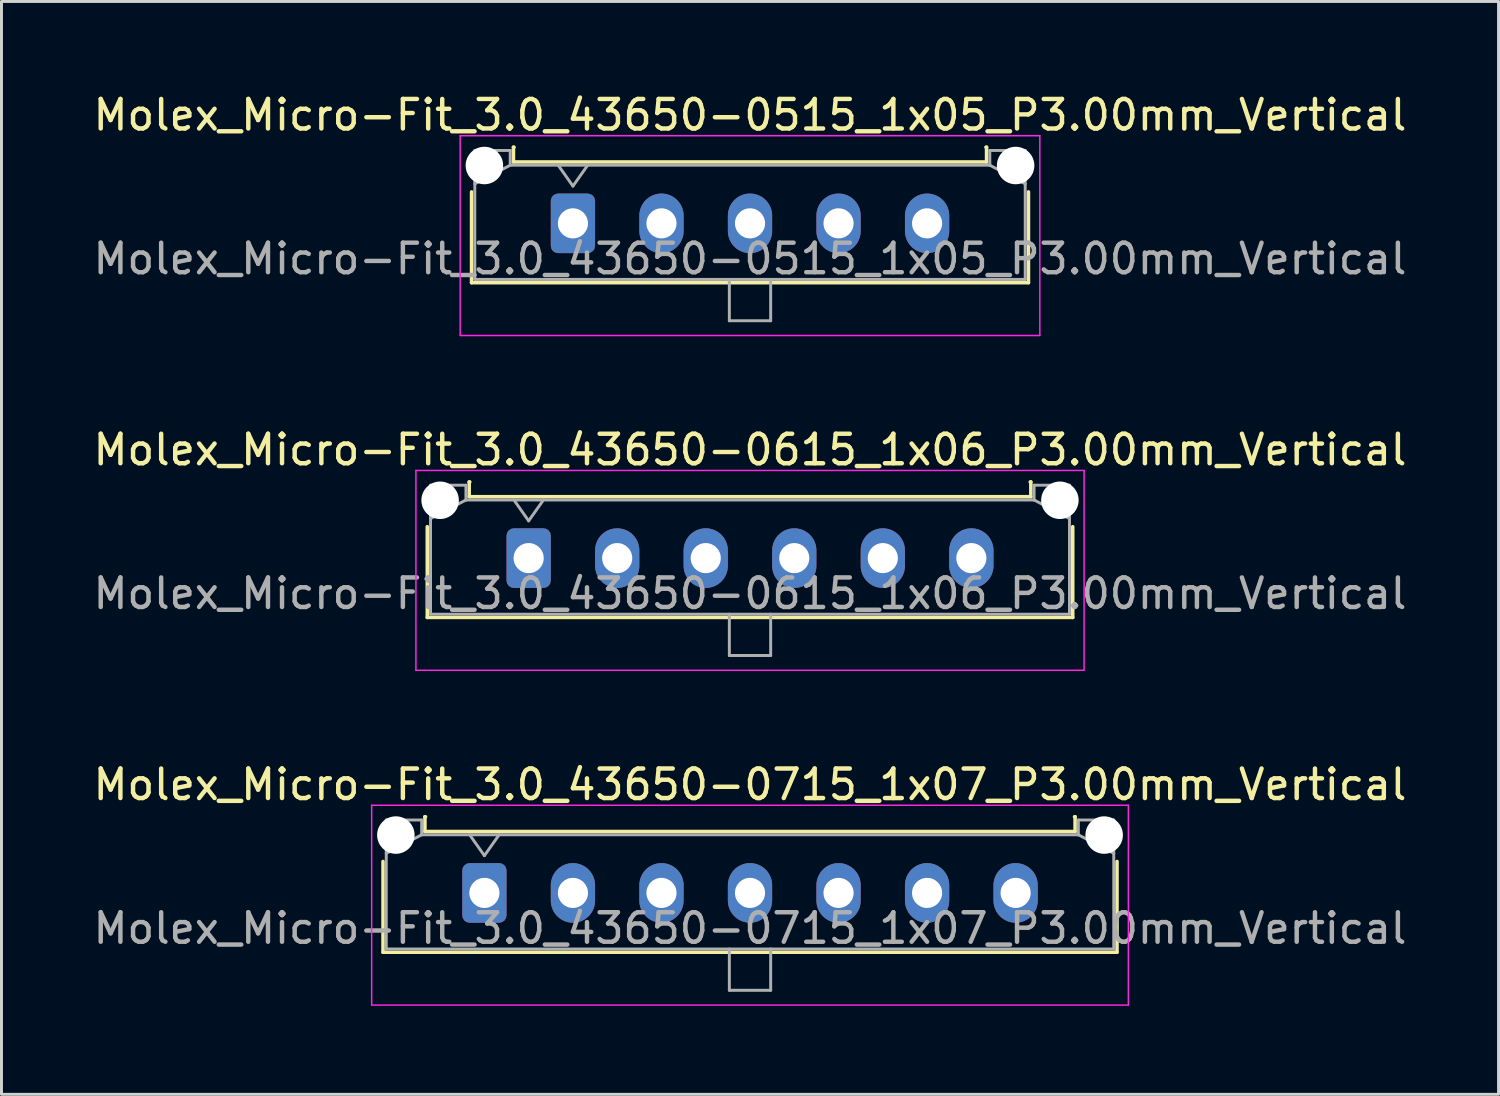
<source format=kicad_pcb>
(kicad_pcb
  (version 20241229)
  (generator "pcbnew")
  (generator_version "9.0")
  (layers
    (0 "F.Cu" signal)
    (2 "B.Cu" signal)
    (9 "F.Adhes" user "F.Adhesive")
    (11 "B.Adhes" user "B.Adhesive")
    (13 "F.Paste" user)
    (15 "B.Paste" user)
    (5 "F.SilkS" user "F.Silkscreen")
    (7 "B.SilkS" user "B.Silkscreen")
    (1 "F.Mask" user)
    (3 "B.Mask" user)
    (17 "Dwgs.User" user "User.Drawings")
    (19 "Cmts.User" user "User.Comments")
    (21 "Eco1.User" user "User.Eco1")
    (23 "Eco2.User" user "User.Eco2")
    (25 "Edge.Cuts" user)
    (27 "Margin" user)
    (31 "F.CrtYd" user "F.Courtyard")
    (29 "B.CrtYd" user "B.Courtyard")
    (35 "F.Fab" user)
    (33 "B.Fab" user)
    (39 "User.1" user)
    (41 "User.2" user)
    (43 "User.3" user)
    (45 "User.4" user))
  (footprint "Molex_Micro-Fit_3.0_43650-0615_1x06_P3.00mm_Vertical"
    (layer "F.Cu")
    (at 14.863 15.861)
    (property "Reference" "Molex_Micro-Fit_3.0_43650-0615_1x06_P3.00mm_Vertical" (at 7.5 -3.67 0) (layer "F.SilkS") (effects (font (size 1 1) (thickness 0.15))))
    (attr through_hole)
    (fp_line (start -3.435 -1.065) (end -3.435 2.01) (stroke (width 0.12) (type solid)) (layer "F.SilkS"))
    (fp_line (start -3.435 2.01) (end 18.435 2.01) (stroke (width 0.12) (type solid)) (layer "F.SilkS"))
    (fp_line (start -2.015 -2.58) (end -2.015 -2.08) (stroke (width 0.12) (type solid)) (layer "F.SilkS"))
    (fp_line (start -2.015 -2.08) (end 17.015 -2.08) (stroke (width 0.12) (type solid)) (layer "F.SilkS"))
    (fp_line (start -1.995 -2.58) (end -2.015 -2.58) (stroke (width 0.12) (type solid)) (layer "F.SilkS"))
    (fp_line (start 17.015 -2.58) (end 16.995 -2.58) (stroke (width 0.12) (type solid)) (layer "F.SilkS"))
    (fp_line (start 17.015 -2.08) (end 17.015 -2.58) (stroke (width 0.12) (type solid)) (layer "F.SilkS"))
    (fp_line (start 18.435 2.01) (end 18.435 -1.065) (stroke (width 0.12) (type solid)) (layer "F.SilkS"))
    (fp_line (start -3.82 -2.97) (end 18.82 -2.97) (stroke (width 0.05) (type solid)) (layer "F.CrtYd"))
    (fp_line (start -3.82 3.8) (end -3.82 -2.97) (stroke (width 0.05) (type solid)) (layer "F.CrtYd"))
    (fp_line (start 18.82 -2.97) (end 18.82 3.8) (stroke (width 0.05) (type solid)) (layer "F.CrtYd"))
    (fp_line (start 18.82 3.8) (end -3.82 3.8) (stroke (width 0.05) (type solid)) (layer "F.CrtYd"))
    (fp_line (start -3.325 -2.47) (end -3.325 1.9) (stroke (width 0.1) (type solid)) (layer "F.Fab"))
    (fp_line (start -3.325 -1.34) (end -2.125 -1.97) (stroke (width 0.1) (type solid)) (layer "F.Fab"))
    (fp_line (start -3.325 1.9) (end 18.325 1.9) (stroke (width 0.1) (type solid)) (layer "F.Fab"))
    (fp_line (start -2.125 -2.47) (end -3.325 -2.47) (stroke (width 0.1) (type solid)) (layer "F.Fab"))
    (fp_line (start -2.125 -1.97) (end -2.125 -2.47) (stroke (width 0.1) (type solid)) (layer "F.Fab"))
    (fp_line (start -0.5 -1.97) (end 0 -1.263) (stroke (width 0.1) (type solid)) (layer "F.Fab"))
    (fp_line (start 0 -1.263) (end 0.5 -1.97) (stroke (width 0.1) (type solid)) (layer "F.Fab"))
    (fp_line (start 6.8 1.9) (end 6.8 3.3) (stroke (width 0.1) (type solid)) (layer "F.Fab"))
    (fp_line (start 6.8 3.3) (end 8.2 3.3) (stroke (width 0.1) (type solid)) (layer "F.Fab"))
    (fp_line (start 8.2 3.3) (end 8.2 1.9) (stroke (width 0.1) (type solid)) (layer "F.Fab"))
    (fp_line (start 17.125 -2.47) (end 17.125 -1.97) (stroke (width 0.1) (type solid)) (layer "F.Fab"))
    (fp_line (start 17.125 -1.97) (end -2.125 -1.97) (stroke (width 0.1) (type solid)) (layer "F.Fab"))
    (fp_line (start 18.325 -2.47) (end 17.125 -2.47) (stroke (width 0.1) (type solid)) (layer "F.Fab"))
    (fp_line (start 18.325 -1.34) (end 17.125 -1.97) (stroke (width 0.1) (type solid)) (layer "F.Fab"))
    (fp_line (start 18.325 1.9) (end 18.325 -2.47) (stroke (width 0.1) (type solid)) (layer "F.Fab"))
    (fp_text user "${REFERENCE}" (at 7.5 1.2 0) (layer "F.Fab") (effects (font (size 1 1) (thickness 0.15))))
    (pad "" np_thru_hole circle (at -3 -1.96) (size 1.27 1.27) (drill 1.27) (layers "*.Cu" "*.Mask"))
    (pad "" np_thru_hole circle (at 18 -1.96) (size 1.27 1.27) (drill 1.27) (layers "*.Cu" "*.Mask"))
    (pad "1" thru_hole roundrect (at 0 0) (size 1.5 2.02) (drill 1.02) (layers "*.Cu" "*.Mask") (roundrect_rratio 0.167))
    (pad "2" thru_hole oval (at 3 0) (size 1.5 2.02) (drill 1.02) (layers "*.Cu" "*.Mask"))
    (pad "3" thru_hole oval (at 6 0) (size 1.5 2.02) (drill 1.02) (layers "*.Cu" "*.Mask"))
    (pad "4" thru_hole oval (at 9 0) (size 1.5 2.02) (drill 1.02) (layers "*.Cu" "*.Mask"))
    (pad "5" thru_hole oval (at 12 0) (size 1.5 2.02) (drill 1.02) (layers "*.Cu" "*.Mask"))
    (pad "6" thru_hole oval (at 15 0) (size 1.5 2.02) (drill 1.02) (layers "*.Cu" "*.Mask")))
  (footprint "Molex_Micro-Fit_3.0_43650-0715_1x07_P3.00mm_Vertical"
    (layer "F.Cu")
    (at 13.363 27.205)
    (property "Reference" "Molex_Micro-Fit_3.0_43650-0715_1x07_P3.00mm_Vertical" (at 9 -3.67 0) (layer "F.SilkS") (effects (font (size 1 1) (thickness 0.15))))
    (attr through_hole)
    (fp_line (start -3.435 -1.065) (end -3.435 2.01) (stroke (width 0.12) (type solid)) (layer "F.SilkS"))
    (fp_line (start -3.435 2.01) (end 21.435 2.01) (stroke (width 0.12) (type solid)) (layer "F.SilkS"))
    (fp_line (start -2.015 -2.58) (end -2.015 -2.08) (stroke (width 0.12) (type solid)) (layer "F.SilkS"))
    (fp_line (start -2.015 -2.08) (end 20.015 -2.08) (stroke (width 0.12) (type solid)) (layer "F.SilkS"))
    (fp_line (start -1.995 -2.58) (end -2.015 -2.58) (stroke (width 0.12) (type solid)) (layer "F.SilkS"))
    (fp_line (start 20.015 -2.58) (end 19.995 -2.58) (stroke (width 0.12) (type solid)) (layer "F.SilkS"))
    (fp_line (start 20.015 -2.08) (end 20.015 -2.58) (stroke (width 0.12) (type solid)) (layer "F.SilkS"))
    (fp_line (start 21.435 2.01) (end 21.435 -1.065) (stroke (width 0.12) (type solid)) (layer "F.SilkS"))
    (fp_line (start -3.82 -2.97) (end 21.82 -2.97) (stroke (width 0.05) (type solid)) (layer "F.CrtYd"))
    (fp_line (start -3.82 3.8) (end -3.82 -2.97) (stroke (width 0.05) (type solid)) (layer "F.CrtYd"))
    (fp_line (start 21.82 -2.97) (end 21.82 3.8) (stroke (width 0.05) (type solid)) (layer "F.CrtYd"))
    (fp_line (start 21.82 3.8) (end -3.82 3.8) (stroke (width 0.05) (type solid)) (layer "F.CrtYd"))
    (fp_line (start -3.325 -2.47) (end -3.325 1.9) (stroke (width 0.1) (type solid)) (layer "F.Fab"))
    (fp_line (start -3.325 -1.34) (end -2.125 -1.97) (stroke (width 0.1) (type solid)) (layer "F.Fab"))
    (fp_line (start -3.325 1.9) (end 21.325 1.9) (stroke (width 0.1) (type solid)) (layer "F.Fab"))
    (fp_line (start -2.125 -2.47) (end -3.325 -2.47) (stroke (width 0.1) (type solid)) (layer "F.Fab"))
    (fp_line (start -2.125 -1.97) (end -2.125 -2.47) (stroke (width 0.1) (type solid)) (layer "F.Fab"))
    (fp_line (start -0.5 -1.97) (end 0 -1.263) (stroke (width 0.1) (type solid)) (layer "F.Fab"))
    (fp_line (start 0 -1.263) (end 0.5 -1.97) (stroke (width 0.1) (type solid)) (layer "F.Fab"))
    (fp_line (start 8.3 1.9) (end 8.3 3.3) (stroke (width 0.1) (type solid)) (layer "F.Fab"))
    (fp_line (start 8.3 3.3) (end 9.7 3.3) (stroke (width 0.1) (type solid)) (layer "F.Fab"))
    (fp_line (start 9.7 3.3) (end 9.7 1.9) (stroke (width 0.1) (type solid)) (layer "F.Fab"))
    (fp_line (start 20.125 -2.47) (end 20.125 -1.97) (stroke (width 0.1) (type solid)) (layer "F.Fab"))
    (fp_line (start 20.125 -1.97) (end -2.125 -1.97) (stroke (width 0.1) (type solid)) (layer "F.Fab"))
    (fp_line (start 21.325 -2.47) (end 20.125 -2.47) (stroke (width 0.1) (type solid)) (layer "F.Fab"))
    (fp_line (start 21.325 -1.34) (end 20.125 -1.97) (stroke (width 0.1) (type solid)) (layer "F.Fab"))
    (fp_line (start 21.325 1.9) (end 21.325 -2.47) (stroke (width 0.1) (type solid)) (layer "F.Fab"))
    (fp_text user "${REFERENCE}" (at 9 1.2 0) (layer "F.Fab") (effects (font (size 1 1) (thickness 0.15))))
    (pad "" np_thru_hole circle (at -3 -1.96) (size 1.27 1.27) (drill 1.27) (layers "*.Cu" "*.Mask"))
    (pad "" np_thru_hole circle (at 21 -1.96) (size 1.27 1.27) (drill 1.27) (layers "*.Cu" "*.Mask"))
    (pad "1" thru_hole roundrect (at 0 0) (size 1.5 2.02) (drill 1.02) (layers "*.Cu" "*.Mask") (roundrect_rratio 0.167))
    (pad "2" thru_hole oval (at 3 0) (size 1.5 2.02) (drill 1.02) (layers "*.Cu" "*.Mask"))
    (pad "3" thru_hole oval (at 6 0) (size 1.5 2.02) (drill 1.02) (layers "*.Cu" "*.Mask"))
    (pad "4" thru_hole oval (at 9 0) (size 1.5 2.02) (drill 1.02) (layers "*.Cu" "*.Mask"))
    (pad "5" thru_hole oval (at 12 0) (size 1.5 2.02) (drill 1.02) (layers "*.Cu" "*.Mask"))
    (pad "6" thru_hole oval (at 15 0) (size 1.5 2.02) (drill 1.02) (layers "*.Cu" "*.Mask"))
    (pad "7" thru_hole oval (at 18 0) (size 1.5 2.02) (drill 1.02) (layers "*.Cu" "*.Mask")))
  (footprint "Molex_Micro-Fit_3.0_43650-0515_1x05_P3.00mm_Vertical"
    (layer "F.Cu")
    (at 16.363 4.518)
    (property "Reference" "Molex_Micro-Fit_3.0_43650-0515_1x05_P3.00mm_Vertical" (at 6 -3.67 0) (layer "F.SilkS") (effects (font (size 1 1) (thickness 0.15))))
    (attr through_hole)
    (fp_line (start -3.435 -1.065) (end -3.435 2.01) (stroke (width 0.12) (type solid)) (layer "F.SilkS"))
    (fp_line (start -3.435 2.01) (end 15.435 2.01) (stroke (width 0.12) (type solid)) (layer "F.SilkS"))
    (fp_line (start -2.015 -2.58) (end -2.015 -2.08) (stroke (width 0.12) (type solid)) (layer "F.SilkS"))
    (fp_line (start -2.015 -2.08) (end 14.015 -2.08) (stroke (width 0.12) (type solid)) (layer "F.SilkS"))
    (fp_line (start -1.995 -2.58) (end -2.015 -2.58) (stroke (width 0.12) (type solid)) (layer "F.SilkS"))
    (fp_line (start 14.015 -2.58) (end 13.995 -2.58) (stroke (width 0.12) (type solid)) (layer "F.SilkS"))
    (fp_line (start 14.015 -2.08) (end 14.015 -2.58) (stroke (width 0.12) (type solid)) (layer "F.SilkS"))
    (fp_line (start 15.435 2.01) (end 15.435 -1.065) (stroke (width 0.12) (type solid)) (layer "F.SilkS"))
    (fp_line (start -3.82 -2.97) (end 15.82 -2.97) (stroke (width 0.05) (type solid)) (layer "F.CrtYd"))
    (fp_line (start -3.82 3.8) (end -3.82 -2.97) (stroke (width 0.05) (type solid)) (layer "F.CrtYd"))
    (fp_line (start 15.82 -2.97) (end 15.82 3.8) (stroke (width 0.05) (type solid)) (layer "F.CrtYd"))
    (fp_line (start 15.82 3.8) (end -3.82 3.8) (stroke (width 0.05) (type solid)) (layer "F.CrtYd"))
    (fp_line (start -3.325 -2.47) (end -3.325 1.9) (stroke (width 0.1) (type solid)) (layer "F.Fab"))
    (fp_line (start -3.325 -1.34) (end -2.125 -1.97) (stroke (width 0.1) (type solid)) (layer "F.Fab"))
    (fp_line (start -3.325 1.9) (end 15.325 1.9) (stroke (width 0.1) (type solid)) (layer "F.Fab"))
    (fp_line (start -2.125 -2.47) (end -3.325 -2.47) (stroke (width 0.1) (type solid)) (layer "F.Fab"))
    (fp_line (start -2.125 -1.97) (end -2.125 -2.47) (stroke (width 0.1) (type solid)) (layer "F.Fab"))
    (fp_line (start -0.5 -1.97) (end 0 -1.263) (stroke (width 0.1) (type solid)) (layer "F.Fab"))
    (fp_line (start 0 -1.263) (end 0.5 -1.97) (stroke (width 0.1) (type solid)) (layer "F.Fab"))
    (fp_line (start 5.3 1.9) (end 5.3 3.3) (stroke (width 0.1) (type solid)) (layer "F.Fab"))
    (fp_line (start 5.3 3.3) (end 6.7 3.3) (stroke (width 0.1) (type solid)) (layer "F.Fab"))
    (fp_line (start 6.7 3.3) (end 6.7 1.9) (stroke (width 0.1) (type solid)) (layer "F.Fab"))
    (fp_line (start 14.125 -2.47) (end 14.125 -1.97) (stroke (width 0.1) (type solid)) (layer "F.Fab"))
    (fp_line (start 14.125 -1.97) (end -2.125 -1.97) (stroke (width 0.1) (type solid)) (layer "F.Fab"))
    (fp_line (start 15.325 -2.47) (end 14.125 -2.47) (stroke (width 0.1) (type solid)) (layer "F.Fab"))
    (fp_line (start 15.325 -1.34) (end 14.125 -1.97) (stroke (width 0.1) (type solid)) (layer "F.Fab"))
    (fp_line (start 15.325 1.9) (end 15.325 -2.47) (stroke (width 0.1) (type solid)) (layer "F.Fab"))
    (fp_text user "${REFERENCE}" (at 6 1.2 0) (layer "F.Fab") (effects (font (size 1 1) (thickness 0.15))))
    (pad "" np_thru_hole circle (at -3 -1.96) (size 1.27 1.27) (drill 1.27) (layers "*.Cu" "*.Mask"))
    (pad "" np_thru_hole circle (at 15 -1.96) (size 1.27 1.27) (drill 1.27) (layers "*.Cu" "*.Mask"))
    (pad "1" thru_hole roundrect (at 0 0) (size 1.5 2.02) (drill 1.02) (layers "*.Cu" "*.Mask") (roundrect_rratio 0.167))
    (pad "2" thru_hole oval (at 3 0) (size 1.5 2.02) (drill 1.02) (layers "*.Cu" "*.Mask"))
    (pad "3" thru_hole oval (at 6 0) (size 1.5 2.02) (drill 1.02) (layers "*.Cu" "*.Mask"))
    (pad "4" thru_hole oval (at 9 0) (size 1.5 2.02) (drill 1.02) (layers "*.Cu" "*.Mask"))
    (pad "5" thru_hole oval (at 12 0) (size 1.5 2.02) (drill 1.02) (layers "*.Cu" "*.Mask")))
  (gr_rect
    (start -3 -3)
    (end 47.726 34.03)
    (stroke (width 0.1) (type default))
    (fill no)
    (layer "Edge.Cuts")))
</source>
